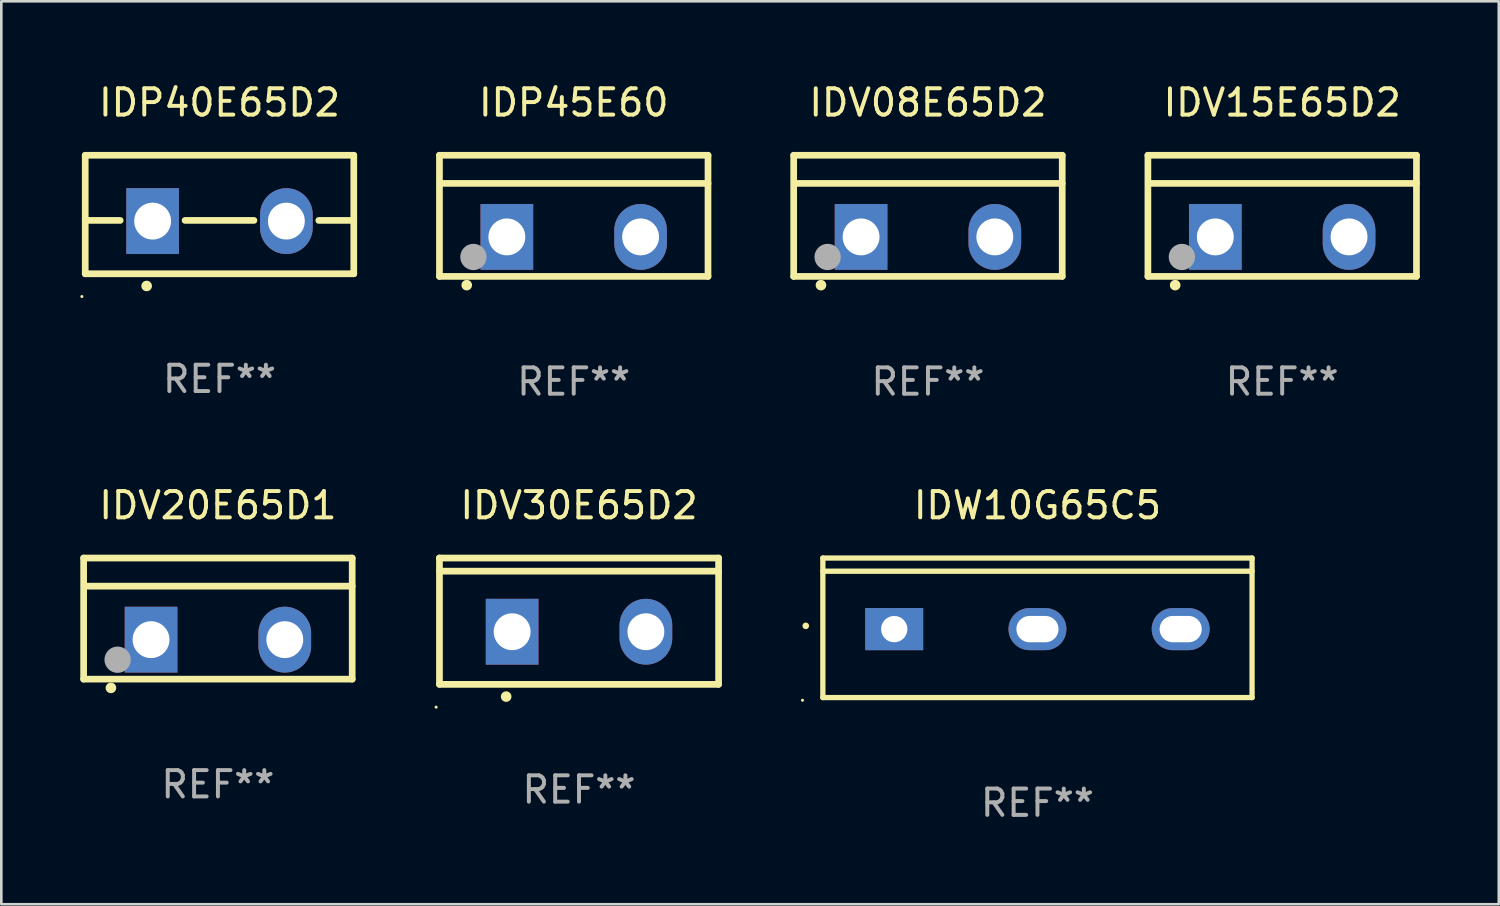
<source format=kicad_pcb>
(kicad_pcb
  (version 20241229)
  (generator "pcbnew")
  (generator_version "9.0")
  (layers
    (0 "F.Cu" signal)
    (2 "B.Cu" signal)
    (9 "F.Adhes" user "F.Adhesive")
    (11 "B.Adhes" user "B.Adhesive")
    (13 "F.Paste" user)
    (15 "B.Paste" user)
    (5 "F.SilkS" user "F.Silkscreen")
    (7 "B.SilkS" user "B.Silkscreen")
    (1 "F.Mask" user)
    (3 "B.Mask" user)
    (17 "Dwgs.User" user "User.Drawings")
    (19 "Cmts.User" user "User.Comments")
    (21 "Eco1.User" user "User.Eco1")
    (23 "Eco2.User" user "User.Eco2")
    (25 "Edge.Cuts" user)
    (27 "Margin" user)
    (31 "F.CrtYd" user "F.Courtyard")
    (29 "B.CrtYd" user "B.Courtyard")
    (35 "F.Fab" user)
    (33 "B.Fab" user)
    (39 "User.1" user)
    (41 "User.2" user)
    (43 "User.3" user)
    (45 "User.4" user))
  (footprint "IDW10G65C5"
    (layer "F.Cu")
    (at 36.354 20.795)
    (property "Reference" "IDW10G65C5" (at 0 -4.65 0) (layer "F.SilkS") (effects (font (size 1 1) (thickness 0.15))))
    (attr through_hole)
    (fp_line (start -8.151 -2.65) (end -8.151 2.65) (stroke (width 0.201) (type solid)) (layer "F.SilkS"))
    (fp_line (start 8.151 -2.65) (end -8.151 -2.65) (stroke (width 0.201) (type solid)) (layer "F.SilkS"))
    (fp_line (start 8.151 -2.15) (end -8.151 -2.15) (stroke (width 0.201) (type solid)) (layer "F.SilkS"))
    (fp_line (start 8.151 2.65) (end -8.151 2.65) (stroke (width 0.201) (type solid)) (layer "F.SilkS"))
    (fp_line (start 8.151 2.65) (end 8.151 -2.65) (stroke (width 0.201) (type solid)) (layer "F.SilkS"))
    (fp_arc (start -8.801118 -0.074943) (mid -8.799848 -0.074949) (end -8.798578 -0.074943) (stroke (width 0.24892) (type solid)) (layer "F.SilkS"))
    (fp_circle (center -8.924 2.751) (end -8.894 2.751) (stroke (width 0.06) (type solid)) (fill no) (layer "F.SilkS"))
    (fp_text user "REF**" (at 0 6.65 0) (layer "F.Fab") (effects (font (size 1 1) (thickness 0.15))))
    (pad "1" thru_hole rect (at -5.44 0.05 90) (size 1.6 2.2) (drill 1) (layers "*.Cu" "*.Mask"))
    (pad "2" thru_hole oval (at 0 0.05 90) (size 1.6 2.2) (drill oval 1 1.6) (layers "*.Cu" "*.Mask"))
    (pad "3" thru_hole oval (at 5.44 0.05 90) (size 1.6 2.2) (drill oval 1 1.6) (layers "*.Cu" "*.Mask")))
  (footprint "IDV30E65D2"
    (layer "F.Cu")
    (at 18.942 20.544)
    (property "Reference" "IDV30E65D2" (at 0 -4.399 0) (layer "F.SilkS") (effects (font (size 1 1) (thickness 0.15))))
    (attr through_hole)
    (fp_line (start -5.301 -2.399) (end 5.301 -2.399) (stroke (width 0.254) (type solid)) (layer "F.SilkS"))
    (fp_line (start -5.301 -2.394) (end -5.301 -2.399) (stroke (width 0.254) (type solid)) (layer "F.SilkS"))
    (fp_line (start -5.301 2.399) (end -5.301 -2.394) (stroke (width 0.254) (type solid)) (layer "F.SilkS"))
    (fp_line (start 5.3 -1.9) (end -5.3 -1.9) (stroke (width 0.254) (type solid)) (layer "F.SilkS"))
    (fp_line (start 5.301 -2.399) (end 5.301 2.399) (stroke (width 0.254) (type solid)) (layer "F.SilkS"))
    (fp_line (start 5.301 2.399) (end -5.301 2.399) (stroke (width 0.254) (type solid)) (layer "F.SilkS"))
    (fp_arc (start -2.768606 2.863843) (mid -2.767336 2.863839) (end -2.766066 2.863843) (stroke (width 0.4) (type solid)) (layer "F.SilkS"))
    (fp_circle (center -5.428 3.264) (end -5.398 3.264) (stroke (width 0.06) (type solid)) (fill no) (layer "F.SilkS"))
    (fp_text user "REF**" (at 0 6.399 0) (layer "F.Fab") (effects (font (size 1 1) (thickness 0.15))))
    (pad "1" thru_hole rect (at -2.54 0.4) (size 2 2.5) (drill 1.4) (layers "*.Cu" "*.Mask"))
    (pad "2" thru_hole oval (at 2.54 0.4) (size 2 2.5) (drill 1.4) (layers "*.Cu" "*.Mask")))
  (footprint "IDP45E60"
    (layer "F.Cu")
    (at 18.741 5.148)
    (property "Reference" "IDP45E60" (at 0 -4.3 0) (layer "F.SilkS") (effects (font (size 1 1) (thickness 0.15))))
    (attr through_hole)
    (fp_line (start -5.1 -2.3) (end -5.1 2.3) (stroke (width 0.254) (type solid)) (layer "F.SilkS"))
    (fp_line (start -5.1 2.3) (end 5.1 2.3) (stroke (width 0.254) (type solid)) (layer "F.SilkS"))
    (fp_line (start -5.08 -1.232) (end 5.1 -1.232) (stroke (width 0.254) (type solid)) (layer "F.SilkS"))
    (fp_line (start 5.1 -2.3) (end -5.1 -2.3) (stroke (width 0.254) (type solid)) (layer "F.SilkS"))
    (fp_line (start 5.1 -2.3) (end 5.1 2.3) (stroke (width 0.254) (type solid)) (layer "F.SilkS"))
    (fp_arc (start -4.065278 2.632004) (mid -4.064008 2.632) (end -4.062738 2.632004) (stroke (width 0.4) (type solid)) (layer "F.SilkS"))
    (fp_circle (center -5.1 2.32) (end -5.07 2.32) (stroke (width 0.06) (type solid)) (fill no) (layer "F.SilkS"))
    (fp_circle (center -3.81 1.562) (end -3.56 1.562) (stroke (width 0.5) (type solid)) (fill no) (layer "F.Fab"))
    (fp_text user "REF**" (at 0 6.3 0) (layer "F.Fab") (effects (font (size 1 1) (thickness 0.15))))
    (pad "1" thru_hole rect (at -2.54 0.8) (size 2 2.5) (drill 1.4) (layers "*.Cu" "*.Mask"))
    (pad "2" thru_hole oval (at 2.54 0.8) (size 2 2.5) (drill 1.4) (layers "*.Cu" "*.Mask")))
  (footprint "IDV20E65D1"
    (layer "F.Cu")
    (at 5.227 20.445)
    (property "Reference" "IDV20E65D1" (at 0 -4.3 0) (layer "F.SilkS") (effects (font (size 1 1) (thickness 0.15))))
    (attr through_hole)
    (fp_line (start -5.1 -2.3) (end -5.1 2.3) (stroke (width 0.254) (type solid)) (layer "F.SilkS"))
    (fp_line (start -5.1 2.3) (end 5.1 2.3) (stroke (width 0.254) (type solid)) (layer "F.SilkS"))
    (fp_line (start -5.08 -1.232) (end 5.1 -1.232) (stroke (width 0.254) (type solid)) (layer "F.SilkS"))
    (fp_line (start 5.1 -2.3) (end -5.1 -2.3) (stroke (width 0.254) (type solid)) (layer "F.SilkS"))
    (fp_line (start 5.1 -2.3) (end 5.1 2.3) (stroke (width 0.254) (type solid)) (layer "F.SilkS"))
    (fp_arc (start -4.065278 2.632004) (mid -4.064008 2.632) (end -4.062738 2.632004) (stroke (width 0.4) (type solid)) (layer "F.SilkS"))
    (fp_circle (center -5.1 2.32) (end -5.07 2.32) (stroke (width 0.06) (type solid)) (fill no) (layer "F.SilkS"))
    (fp_circle (center -3.81 1.562) (end -3.56 1.562) (stroke (width 0.5) (type solid)) (fill no) (layer "F.Fab"))
    (fp_text user "REF**" (at 0 6.3 0) (layer "F.Fab") (effects (font (size 1 1) (thickness 0.15))))
    (pad "1" thru_hole rect (at -2.54 0.8) (size 2 2.5) (drill 1.4) (layers "*.Cu" "*.Mask"))
    (pad "2" thru_hole oval (at 2.54 0.8) (size 2 2.5) (drill 1.4) (layers "*.Cu" "*.Mask")))
  (footprint "IDV15E65D2"
    (layer "F.Cu")
    (at 45.649 5.148)
    (property "Reference" "IDV15E65D2" (at 0 -4.3 0) (layer "F.SilkS") (effects (font (size 1 1) (thickness 0.15))))
    (attr through_hole)
    (fp_line (start -5.1 -2.3) (end -5.1 2.3) (stroke (width 0.254) (type solid)) (layer "F.SilkS"))
    (fp_line (start -5.1 2.3) (end 5.1 2.3) (stroke (width 0.254) (type solid)) (layer "F.SilkS"))
    (fp_line (start -5.08 -1.232) (end 5.1 -1.232) (stroke (width 0.254) (type solid)) (layer "F.SilkS"))
    (fp_line (start 5.1 -2.3) (end -5.1 -2.3) (stroke (width 0.254) (type solid)) (layer "F.SilkS"))
    (fp_line (start 5.1 -2.3) (end 5.1 2.3) (stroke (width 0.254) (type solid)) (layer "F.SilkS"))
    (fp_arc (start -4.065278 2.632004) (mid -4.064008 2.632) (end -4.062738 2.632004) (stroke (width 0.4) (type solid)) (layer "F.SilkS"))
    (fp_circle (center -5.1 2.32) (end -5.07 2.32) (stroke (width 0.06) (type solid)) (fill no) (layer "F.SilkS"))
    (fp_circle (center -3.81 1.562) (end -3.56 1.562) (stroke (width 0.5) (type solid)) (fill no) (layer "F.Fab"))
    (fp_text user "REF**" (at 0 6.3 0) (layer "F.Fab") (effects (font (size 1 1) (thickness 0.15))))
    (pad "1" thru_hole rect (at -2.54 0.8) (size 2 2.5) (drill 1.4) (layers "*.Cu" "*.Mask"))
    (pad "2" thru_hole oval (at 2.54 0.8) (size 2 2.5) (drill 1.4) (layers "*.Cu" "*.Mask")))
  (footprint "IDP40E65D2"
    (layer "F.Cu")
    (at 5.287 5.098)
    (property "Reference" "IDP40E65D2" (at 0 -4.25 0) (layer "F.SilkS") (effects (font (size 1 1) (thickness 0.15))))
    (attr through_hole)
    (fp_line (start -5.1 -2.25) (end -5.1 2.25) (stroke (width 0.254) (type solid)) (layer "F.SilkS"))
    (fp_line (start -5.1 0.224) (end -3.772 0.224) (stroke (width 0.254) (type solid)) (layer "F.SilkS"))
    (fp_line (start -5.1 2.25) (end 5.1 2.25) (stroke (width 0.254) (type solid)) (layer "F.SilkS"))
    (fp_line (start -1.308 0.224) (end 1.309 0.224) (stroke (width 0.254) (type solid)) (layer "F.SilkS"))
    (fp_line (start 3.771 0.224) (end 5.1 0.224) (stroke (width 0.254) (type solid)) (layer "F.SilkS"))
    (fp_line (start 5.1 -2.25) (end -5.1 -2.25) (stroke (width 0.254) (type solid)) (layer "F.SilkS"))
    (fp_line (start 5.1 -2.25) (end 5.1 2.25) (stroke (width 0.254) (type solid)) (layer "F.SilkS"))
    (fp_arc (start -2.768606 2.713805) (mid -2.767336 2.713801) (end -2.766066 2.713805) (stroke (width 0.4) (type solid)) (layer "F.SilkS"))
    (fp_circle (center -5.227 3.114) (end -5.197 3.114) (stroke (width 0.06) (type solid)) (fill no) (layer "F.SilkS"))
    (fp_text user "REF**" (at 0 6.25 0) (layer "F.Fab") (effects (font (size 1 1) (thickness 0.15))))
    (pad "1" thru_hole rect (at -2.54 0.25) (size 2 2.5) (drill 1.4) (layers "*.Cu" "*.Mask"))
    (pad "3" thru_hole oval (at 2.54 0.25) (size 2 2.5) (drill 1.4) (layers "*.Cu" "*.Mask")))
  (footprint "IDV08E65D2"
    (layer "F.Cu")
    (at 32.195 5.148)
    (property "Reference" "IDV08E65D2" (at 0 -4.3 0) (layer "F.SilkS") (effects (font (size 1 1) (thickness 0.15))))
    (attr through_hole)
    (fp_line (start -5.1 -2.3) (end -5.1 2.3) (stroke (width 0.254) (type solid)) (layer "F.SilkS"))
    (fp_line (start -5.1 2.3) (end 5.1 2.3) (stroke (width 0.254) (type solid)) (layer "F.SilkS"))
    (fp_line (start -5.08 -1.232) (end 5.1 -1.232) (stroke (width 0.254) (type solid)) (layer "F.SilkS"))
    (fp_line (start 5.1 -2.3) (end -5.1 -2.3) (stroke (width 0.254) (type solid)) (layer "F.SilkS"))
    (fp_line (start 5.1 -2.3) (end 5.1 2.3) (stroke (width 0.254) (type solid)) (layer "F.SilkS"))
    (fp_arc (start -4.065278 2.632004) (mid -4.064008 2.632) (end -4.062738 2.632004) (stroke (width 0.4) (type solid)) (layer "F.SilkS"))
    (fp_circle (center -5.1 2.32) (end -5.07 2.32) (stroke (width 0.06) (type solid)) (fill no) (layer "F.SilkS"))
    (fp_circle (center -3.81 1.562) (end -3.56 1.562) (stroke (width 0.5) (type solid)) (fill no) (layer "F.Fab"))
    (fp_text user "REF**" (at 0 6.3 0) (layer "F.Fab") (effects (font (size 1 1) (thickness 0.15))))
    (pad "1" thru_hole rect (at -2.54 0.8) (size 2 2.5) (drill 1.4) (layers "*.Cu" "*.Mask"))
    (pad "2" thru_hole oval (at 2.54 0.8) (size 2 2.5) (drill 1.4) (layers "*.Cu" "*.Mask")))
  (gr_rect
    (start -3 -3)
    (end 53.876 31.294)
    (stroke (width 0.1) (type default))
    (fill no)
    (layer "Edge.Cuts")))
</source>
